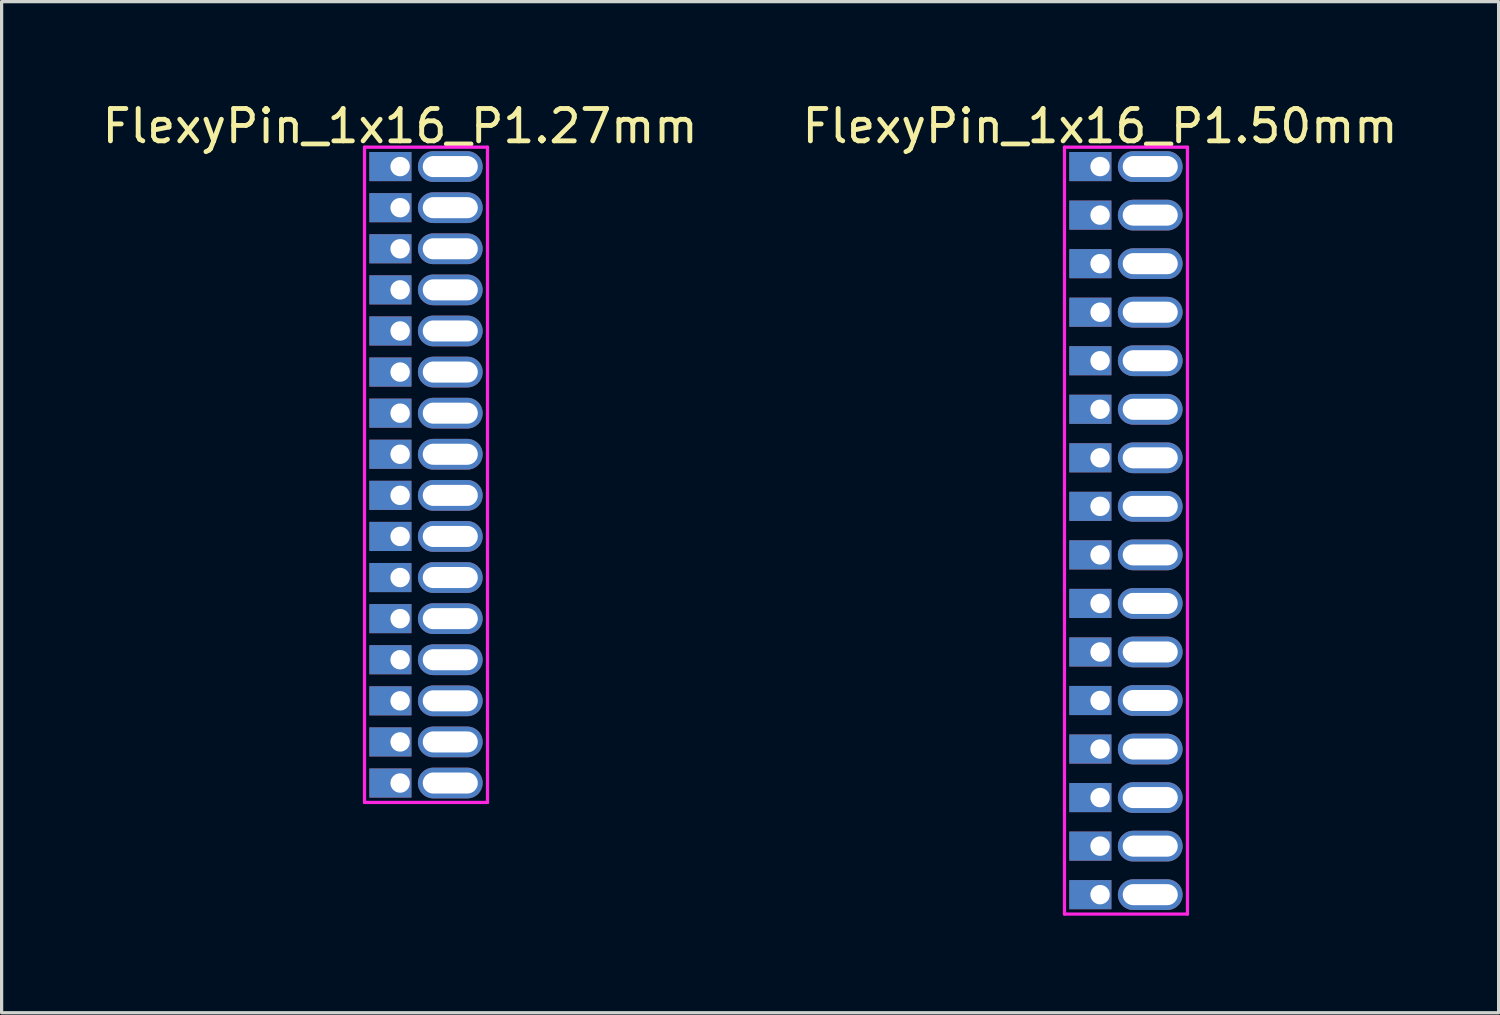
<source format=kicad_pcb>
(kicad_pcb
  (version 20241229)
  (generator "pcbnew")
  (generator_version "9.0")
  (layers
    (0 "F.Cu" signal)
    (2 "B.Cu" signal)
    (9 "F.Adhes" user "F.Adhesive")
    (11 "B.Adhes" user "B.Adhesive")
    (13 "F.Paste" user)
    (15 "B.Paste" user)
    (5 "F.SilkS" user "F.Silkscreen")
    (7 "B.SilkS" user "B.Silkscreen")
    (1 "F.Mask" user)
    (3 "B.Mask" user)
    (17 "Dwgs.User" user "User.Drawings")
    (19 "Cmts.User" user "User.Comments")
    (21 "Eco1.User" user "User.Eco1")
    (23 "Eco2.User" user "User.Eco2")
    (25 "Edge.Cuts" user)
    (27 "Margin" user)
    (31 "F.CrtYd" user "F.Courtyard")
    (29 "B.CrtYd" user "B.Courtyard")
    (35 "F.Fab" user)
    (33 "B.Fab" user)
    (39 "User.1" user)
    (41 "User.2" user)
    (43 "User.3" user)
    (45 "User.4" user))
  (footprint "FlexyPin_1x16_P1.27mm"
    (layer "F.Cu")
    (at 9.315 2.098)
    (property "Reference" "FlexyPin_1x16_P1.27mm" (at 0 -1.25 0) (layer "F.SilkS") (effects (font (size 1 1) (thickness 0.15))))
    (attr through_hole)
    (fp_line (start -1.1 -0.6) (end 2.7 -0.6) (stroke (width 0.1) (type solid)) (layer "F.CrtYd"))
    (fp_line (start -1.1 19.65) (end -1.1 -0.6) (stroke (width 0.1) (type solid)) (layer "F.CrtYd"))
    (fp_line (start 2.7 -0.6) (end 2.7 19.65) (stroke (width 0.1) (type solid)) (layer "F.CrtYd"))
    (fp_line (start 2.7 19.65) (end -1.1 19.65) (stroke (width 0.1) (type solid)) (layer "F.CrtYd"))
    (pad "" thru_hole oval (at 1.55 0) (size 2 0.95) (drill oval 1.7 0.65) (layers "*.Cu" "*.Mask"))
    (pad "" thru_hole oval (at 1.55 1.27) (size 2 0.95) (drill oval 1.7 0.65) (layers "*.Cu" "*.Mask"))
    (pad "" thru_hole oval (at 1.55 2.54) (size 2 0.95) (drill oval 1.7 0.65) (layers "*.Cu" "*.Mask"))
    (pad "" thru_hole oval (at 1.55 3.81) (size 2 0.95) (drill oval 1.7 0.65) (layers "*.Cu" "*.Mask"))
    (pad "" thru_hole oval (at 1.55 5.08) (size 2 0.95) (drill oval 1.7 0.65) (layers "*.Cu" "*.Mask"))
    (pad "" thru_hole oval (at 1.55 6.35) (size 2 0.95) (drill oval 1.7 0.65) (layers "*.Cu" "*.Mask"))
    (pad "" thru_hole oval (at 1.55 7.62) (size 2 0.95) (drill oval 1.7 0.65) (layers "*.Cu" "*.Mask"))
    (pad "" thru_hole oval (at 1.55 8.89) (size 2 0.95) (drill oval 1.7 0.65) (layers "*.Cu" "*.Mask"))
    (pad "" thru_hole oval (at 1.55 10.16) (size 2 0.95) (drill oval 1.7 0.65) (layers "*.Cu" "*.Mask"))
    (pad "" thru_hole oval (at 1.55 11.43) (size 2 0.95) (drill oval 1.7 0.65) (layers "*.Cu" "*.Mask"))
    (pad "" thru_hole oval (at 1.55 12.7) (size 2 0.95) (drill oval 1.7 0.65) (layers "*.Cu" "*.Mask"))
    (pad "" thru_hole oval (at 1.55 13.97) (size 2 0.95) (drill oval 1.7 0.65) (layers "*.Cu" "*.Mask"))
    (pad "" thru_hole oval (at 1.55 15.24) (size 2 0.95) (drill oval 1.7 0.65) (layers "*.Cu" "*.Mask"))
    (pad "" thru_hole oval (at 1.55 16.51) (size 2 0.95) (drill oval 1.7 0.65) (layers "*.Cu" "*.Mask"))
    (pad "" thru_hole oval (at 1.55 17.78) (size 2 0.95) (drill oval 1.7 0.65) (layers "*.Cu" "*.Mask"))
    (pad "" thru_hole oval (at 1.55 19.05) (size 2 0.95) (drill oval 1.7 0.65) (layers "*.Cu" "*.Mask"))
    (pad "1" thru_hole rect (at 0 0) (size 1.3 0.9) (drill 0.6 (offset -0.3 0)) (layers "*.Cu" "*.Mask"))
    (pad "2" thru_hole rect (at 0 1.27) (size 1.3 0.9) (drill 0.6 (offset -0.3 0)) (layers "*.Cu" "*.Mask"))
    (pad "3" thru_hole rect (at 0 2.54) (size 1.3 0.9) (drill 0.6 (offset -0.3 0)) (layers "*.Cu" "*.Mask"))
    (pad "4" thru_hole rect (at 0 3.81) (size 1.3 0.9) (drill 0.6 (offset -0.3 0)) (layers "*.Cu" "*.Mask"))
    (pad "5" thru_hole rect (at 0 5.08) (size 1.3 0.9) (drill 0.6 (offset -0.3 0)) (layers "*.Cu" "*.Mask"))
    (pad "6" thru_hole rect (at 0 6.35) (size 1.3 0.9) (drill 0.6 (offset -0.3 0)) (layers "*.Cu" "*.Mask"))
    (pad "7" thru_hole rect (at 0 7.62) (size 1.3 0.9) (drill 0.6 (offset -0.3 0)) (layers "*.Cu" "*.Mask"))
    (pad "8" thru_hole rect (at 0 8.89) (size 1.3 0.9) (drill 0.6 (offset -0.3 0)) (layers "*.Cu" "*.Mask"))
    (pad "9" thru_hole rect (at 0 10.16) (size 1.3 0.9) (drill 0.6 (offset -0.3 0)) (layers "*.Cu" "*.Mask"))
    (pad "10" thru_hole rect (at 0 11.43) (size 1.3 0.9) (drill 0.6 (offset -0.3 0)) (layers "*.Cu" "*.Mask"))
    (pad "11" thru_hole rect (at 0 12.7) (size 1.3 0.9) (drill 0.6 (offset -0.3 0)) (layers "*.Cu" "*.Mask"))
    (pad "12" thru_hole rect (at 0 13.97) (size 1.3 0.9) (drill 0.6 (offset -0.3 0)) (layers "*.Cu" "*.Mask"))
    (pad "13" thru_hole rect (at 0 15.24) (size 1.3 0.9) (drill 0.6 (offset -0.3 0)) (layers "*.Cu" "*.Mask"))
    (pad "14" thru_hole rect (at 0 16.51) (size 1.3 0.9) (drill 0.6 (offset -0.3 0)) (layers "*.Cu" "*.Mask"))
    (pad "15" thru_hole rect (at 0 17.78) (size 1.3 0.9) (drill 0.6 (offset -0.3 0)) (layers "*.Cu" "*.Mask"))
    (pad "16" thru_hole rect (at 0 19.05) (size 1.3 0.9) (drill 0.6 (offset -0.3 0)) (layers "*.Cu" "*.Mask")))
  (footprint "FlexyPin_1x16_P1.50mm"
    (layer "F.Cu")
    (at 30.946 2.098)
    (property "Reference" "FlexyPin_1x16_P1.50mm" (at 0 -1.25 0) (layer "F.SilkS") (effects (font (size 1 1) (thickness 0.15))))
    (attr through_hole)
    (fp_line (start -1.1 -0.6) (end 2.7 -0.6) (stroke (width 0.1) (type solid)) (layer "F.CrtYd"))
    (fp_line (start -1.1 23.1) (end -1.1 -0.6) (stroke (width 0.1) (type solid)) (layer "F.CrtYd"))
    (fp_line (start 2.7 -0.6) (end 2.7 23.1) (stroke (width 0.1) (type solid)) (layer "F.CrtYd"))
    (fp_line (start 2.7 23.1) (end -1.1 23.1) (stroke (width 0.1) (type solid)) (layer "F.CrtYd"))
    (pad "" thru_hole oval (at 1.55 0) (size 2 0.95) (drill oval 1.7 0.65) (layers "*.Cu" "*.Mask"))
    (pad "" thru_hole oval (at 1.55 1.5) (size 2 0.95) (drill oval 1.7 0.65) (layers "*.Cu" "*.Mask"))
    (pad "" thru_hole oval (at 1.55 3) (size 2 0.95) (drill oval 1.7 0.65) (layers "*.Cu" "*.Mask"))
    (pad "" thru_hole oval (at 1.55 4.5) (size 2 0.95) (drill oval 1.7 0.65) (layers "*.Cu" "*.Mask"))
    (pad "" thru_hole oval (at 1.55 6) (size 2 0.95) (drill oval 1.7 0.65) (layers "*.Cu" "*.Mask"))
    (pad "" thru_hole oval (at 1.55 7.5) (size 2 0.95) (drill oval 1.7 0.65) (layers "*.Cu" "*.Mask"))
    (pad "" thru_hole oval (at 1.55 9) (size 2 0.95) (drill oval 1.7 0.65) (layers "*.Cu" "*.Mask"))
    (pad "" thru_hole oval (at 1.55 10.5) (size 2 0.95) (drill oval 1.7 0.65) (layers "*.Cu" "*.Mask"))
    (pad "" thru_hole oval (at 1.55 12) (size 2 0.95) (drill oval 1.7 0.65) (layers "*.Cu" "*.Mask"))
    (pad "" thru_hole oval (at 1.55 13.5) (size 2 0.95) (drill oval 1.7 0.65) (layers "*.Cu" "*.Mask"))
    (pad "" thru_hole oval (at 1.55 15) (size 2 0.95) (drill oval 1.7 0.65) (layers "*.Cu" "*.Mask"))
    (pad "" thru_hole oval (at 1.55 16.5) (size 2 0.95) (drill oval 1.7 0.65) (layers "*.Cu" "*.Mask"))
    (pad "" thru_hole oval (at 1.55 18) (size 2 0.95) (drill oval 1.7 0.65) (layers "*.Cu" "*.Mask"))
    (pad "" thru_hole oval (at 1.55 19.5) (size 2 0.95) (drill oval 1.7 0.65) (layers "*.Cu" "*.Mask"))
    (pad "" thru_hole oval (at 1.55 21) (size 2 0.95) (drill oval 1.7 0.65) (layers "*.Cu" "*.Mask"))
    (pad "" thru_hole oval (at 1.55 22.5) (size 2 0.95) (drill oval 1.7 0.65) (layers "*.Cu" "*.Mask"))
    (pad "1" thru_hole rect (at 0 0) (size 1.3 0.9) (drill 0.6 (offset -0.3 0)) (layers "*.Cu" "*.Mask"))
    (pad "2" thru_hole rect (at 0 1.5) (size 1.3 0.9) (drill 0.6 (offset -0.3 0)) (layers "*.Cu" "*.Mask"))
    (pad "3" thru_hole rect (at 0 3) (size 1.3 0.9) (drill 0.6 (offset -0.3 0)) (layers "*.Cu" "*.Mask"))
    (pad "4" thru_hole rect (at 0 4.5) (size 1.3 0.9) (drill 0.6 (offset -0.3 0)) (layers "*.Cu" "*.Mask"))
    (pad "5" thru_hole rect (at 0 6) (size 1.3 0.9) (drill 0.6 (offset -0.3 0)) (layers "*.Cu" "*.Mask"))
    (pad "6" thru_hole rect (at 0 7.5) (size 1.3 0.9) (drill 0.6 (offset -0.3 0)) (layers "*.Cu" "*.Mask"))
    (pad "7" thru_hole rect (at 0 9) (size 1.3 0.9) (drill 0.6 (offset -0.3 0)) (layers "*.Cu" "*.Mask"))
    (pad "8" thru_hole rect (at 0 10.5) (size 1.3 0.9) (drill 0.6 (offset -0.3 0)) (layers "*.Cu" "*.Mask"))
    (pad "9" thru_hole rect (at 0 12) (size 1.3 0.9) (drill 0.6 (offset -0.3 0)) (layers "*.Cu" "*.Mask"))
    (pad "10" thru_hole rect (at 0 13.5) (size 1.3 0.9) (drill 0.6 (offset -0.3 0)) (layers "*.Cu" "*.Mask"))
    (pad "11" thru_hole rect (at 0 15) (size 1.3 0.9) (drill 0.6 (offset -0.3 0)) (layers "*.Cu" "*.Mask"))
    (pad "12" thru_hole rect (at 0 16.5) (size 1.3 0.9) (drill 0.6 (offset -0.3 0)) (layers "*.Cu" "*.Mask"))
    (pad "13" thru_hole rect (at 0 18) (size 1.3 0.9) (drill 0.6 (offset -0.3 0)) (layers "*.Cu" "*.Mask"))
    (pad "14" thru_hole rect (at 0 19.5) (size 1.3 0.9) (drill 0.6 (offset -0.3 0)) (layers "*.Cu" "*.Mask"))
    (pad "15" thru_hole rect (at 0 21) (size 1.3 0.9) (drill 0.6 (offset -0.3 0)) (layers "*.Cu" "*.Mask"))
    (pad "16" thru_hole rect (at 0 22.5) (size 1.3 0.9) (drill 0.6 (offset -0.3 0)) (layers "*.Cu" "*.Mask")))
  (gr_rect
    (start -3 -3)
    (end 43.262 28.248)
    (stroke (width 0.1) (type default))
    (fill no)
    (layer "Edge.Cuts")))
</source>
